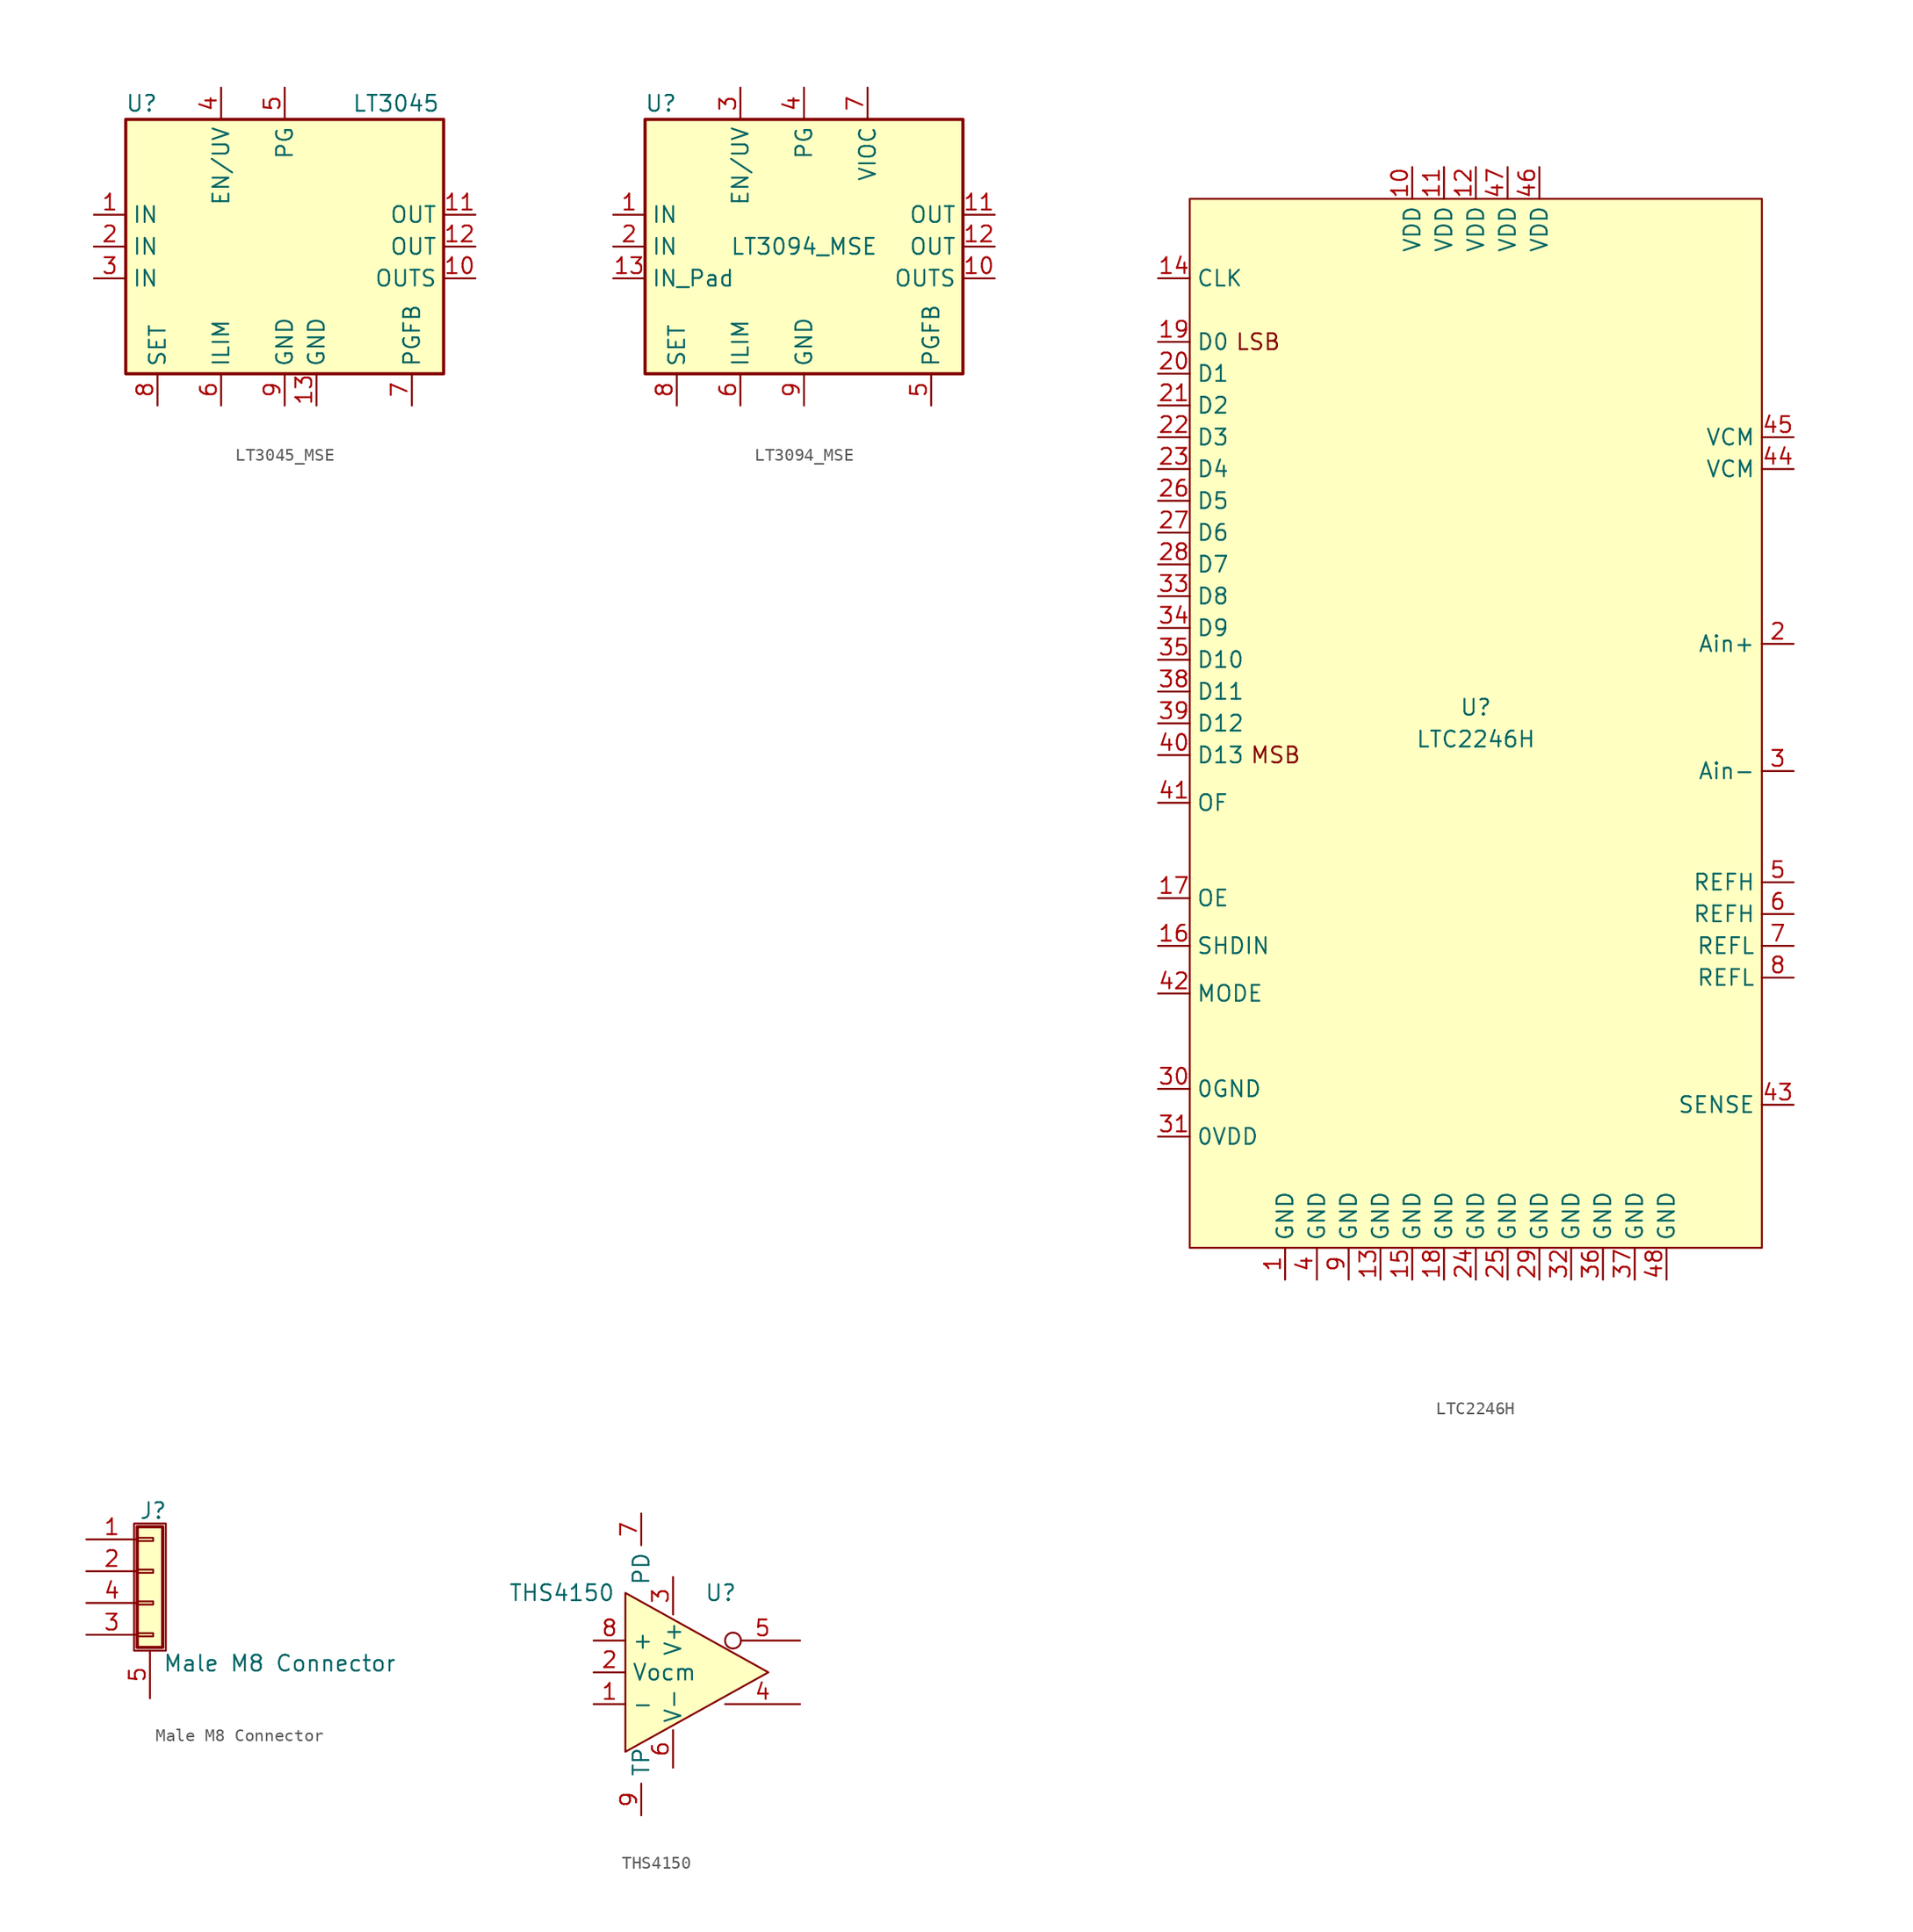
<source format=kicad_sym>
(kicad_symbol_lib
  (version 20231120)
  (generator "kicad_symbol_editor")
  (generator_version "8.0")
  (symbol "LT3045_MSE"
    (property "Reference" "U"
      (at -11.43 11.43 0)
      (effects (font (size 1.27 1.27))))
    (property "Value" "LT3045"
      (at 8.89 11.43 0)
      (effects (font (size 1.27 1.27))))
    (symbol "LT3045_MSE_0_1"
      (rectangle (start -12.7 10.16) (end 12.7 -10.16) (stroke (width 0.254) (type default)) (fill (type background))))
    (symbol "LT3045_MSE_1_1"
      (pin power_in line (at -15.24 2.54 0) (length 2.54) (name "IN" (effects (font (size 1.27 1.27)))) (number "1" (effects (font (size 1.27 1.27)))))
      (pin input line (at 15.24 -2.54 180) (length 2.54) (name "OUTS" (effects (font (size 1.27 1.27)))) (number "10" (effects (font (size 1.27 1.27)))))
      (pin power_out line (at 15.24 2.54 180) (length 2.54) (name "OUT" (effects (font (size 1.27 1.27)))) (number "11" (effects (font (size 1.27 1.27)))))
      (pin power_out line (at 15.24 0 180) (length 2.54) (name "OUT" (effects (font (size 1.27 1.27)))) (number "12" (effects (font (size 1.27 1.27)))))
      (pin power_in line (at 2.54 -12.7 90) (length 2.54) (name "GND" (effects (font (size 1.27 1.27)))) (number "13" (effects (font (size 1.27 1.27)))))
      (pin power_in line (at -15.24 0 0) (length 2.54) (name "IN" (effects (font (size 1.27 1.27)))) (number "2" (effects (font (size 1.27 1.27)))))
      (pin power_in line (at -15.24 -2.54 0) (length 2.54) (name "IN" (effects (font (size 1.27 1.27)))) (number "3" (effects (font (size 1.27 1.27)))))
      (pin input line (at -5.08 12.7 270) (length 2.54) (name "EN/UV" (effects (font (size 1.27 1.27)))) (number "4" (effects (font (size 1.27 1.27)))))
      (pin open_collector line (at 0 12.7 270) (length 2.54) (name "PG" (effects (font (size 1.27 1.27)))) (number "5" (effects (font (size 1.27 1.27)))))
      (pin passive line (at -5.08 -12.7 90) (length 2.54) (name "ILIM" (effects (font (size 1.27 1.27)))) (number "6" (effects (font (size 1.27 1.27)))))
      (pin input line (at 10.16 -12.7 90) (length 2.54) (name "PGFB" (effects (font (size 1.27 1.27)))) (number "7" (effects (font (size 1.27 1.27)))))
      (pin passive line (at -10.16 -12.7 90) (length 2.54) (name "SET" (effects (font (size 1.27 1.27)))) (number "8" (effects (font (size 1.27 1.27)))))
      (pin power_in line (at 0 -12.7 90) (length 2.54) (name "GND" (effects (font (size 1.27 1.27)))) (number "9" (effects (font (size 1.27 1.27)))))))
  (symbol "LT3094_MSE"
    (property "Reference" "U"
      (at -11.43 11.43 0)
      (effects (font (size 1.27 1.27))))
    (property "Value" "LT3094_MSE"
      (at 0 0 0)
      (effects (font (size 1.27 1.27))))
    (symbol "LT3094_MSE_0_1"
      (rectangle (start -12.7 10.16) (end 12.7 -10.16) (stroke (width 0.254) (type default)) (fill (type background))))
    (symbol "LT3094_MSE_1_1"
      (pin power_in line (at -15.24 2.54 0) (length 2.54) (name "IN" (effects (font (size 1.27 1.27)))) (number "1" (effects (font (size 1.27 1.27)))))
      (pin input line (at 15.24 -2.54 180) (length 2.54) (name "OUTS" (effects (font (size 1.27 1.27)))) (number "10" (effects (font (size 1.27 1.27)))))
      (pin power_out line (at 15.24 2.54 180) (length 2.54) (name "OUT" (effects (font (size 1.27 1.27)))) (number "11" (effects (font (size 1.27 1.27)))))
      (pin power_out line (at 15.24 0 180) (length 2.54) (name "OUT" (effects (font (size 1.27 1.27)))) (number "12" (effects (font (size 1.27 1.27)))))
      (pin power_in line (at -15.24 -2.54 0) (length 2.54) (name "IN_Pad" (effects (font (size 1.27 1.27)))) (number "13" (effects (font (size 1.27 1.27)))))
      (pin power_in line (at -15.24 0 0) (length 2.54) (name "IN" (effects (font (size 1.27 1.27)))) (number "2" (effects (font (size 1.27 1.27)))))
      (pin input line (at -5.08 12.7 270) (length 2.54) (name "EN/UV" (effects (font (size 1.27 1.27)))) (number "3" (effects (font (size 1.27 1.27)))))
      (pin open_collector line (at 0 12.7 270) (length 2.54) (name "PG" (effects (font (size 1.27 1.27)))) (number "4" (effects (font (size 1.27 1.27)))))
      (pin input line (at 10.16 -12.7 90) (length 2.54) (name "PGFB" (effects (font (size 1.27 1.27)))) (number "5" (effects (font (size 1.27 1.27)))))
      (pin passive line (at -5.08 -12.7 90) (length 2.54) (name "ILIM" (effects (font (size 1.27 1.27)))) (number "6" (effects (font (size 1.27 1.27)))))
      (pin output line (at 5.08 12.7 270) (length 2.54) (name "VIOC" (effects (font (size 1.27 1.27)))) (number "7" (effects (font (size 1.27 1.27)))))
      (pin passive line (at -10.16 -12.7 90) (length 2.54) (name "SET" (effects (font (size 1.27 1.27)))) (number "8" (effects (font (size 1.27 1.27)))))
      (pin power_in line (at 0 -12.7 90) (length 2.54) (name "GND" (effects (font (size 1.27 1.27)))) (number "9" (effects (font (size 1.27 1.27)))))))
  (symbol "LTC2246H"
    (property "Reference" "U"
      (at 0 0 0)
      (effects (font (size 1.27 1.27))))
    (property "Value" "LTC2246H"
      (at 0 -2.54 0)
      (effects (font (size 1.27 1.27))))
    (symbol "LTC2246H_0_0"
      (pin power_in line (at -15.24 -45.72 90) (length 2.54) (name "GND" (effects (font (size 1.27 1.27)))) (number "1" (effects (font (size 1.27 1.27)))))
      (pin power_in line (at -5.08 43.18 270) (length 2.54) (name "VDD" (effects (font (size 1.27 1.27)))) (number "10" (effects (font (size 1.27 1.27)))))
      (pin power_in line (at -2.54 43.18 270) (length 2.54) (name "VDD" (effects (font (size 1.27 1.27)))) (number "11" (effects (font (size 1.27 1.27)))))
      (pin power_in line (at 0 43.18 270) (length 2.54) (name "VDD" (effects (font (size 1.27 1.27)))) (number "12" (effects (font (size 1.27 1.27)))))
      (pin power_in line (at -7.62 -45.72 90) (length 2.54) (name "GND" (effects (font (size 1.27 1.27)))) (number "13" (effects (font (size 1.27 1.27)))))
      (pin input line (at -25.4 34.29 0) (length 2.54) (name "CLK" (effects (font (size 1.27 1.27)))) (number "14" (effects (font (size 1.27 1.27)))))
      (pin power_in line (at -5.08 -45.72 90) (length 2.54) (name "GND" (effects (font (size 1.27 1.27)))) (number "15" (effects (font (size 1.27 1.27)))))
      (pin input line (at -25.4 -19.05 0) (length 2.54) (name "SHDIN" (effects (font (size 1.27 1.27)))) (number "16" (effects (font (size 1.27 1.27)))))
      (pin input line (at -25.4 -15.24 0) (length 2.54) (name "OE" (effects (font (size 1.27 1.27)))) (number "17" (effects (font (size 1.27 1.27)))))
      (pin power_in line (at -2.54 -45.72 90) (length 2.54) (name "GND" (effects (font (size 1.27 1.27)))) (number "18" (effects (font (size 1.27 1.27)))))
      (pin output line (at -25.4 29.21 0) (length 2.54) (name "D0" (effects (font (size 1.27 1.27)))) (number "19" (effects (font (size 1.27 1.27)))))
      (pin input line (at 25.4 5.08 180) (length 2.54) (name "Ain+" (effects (font (size 1.27 1.27)))) (number "2" (effects (font (size 1.27 1.27)))))
      (pin output line (at -25.4 26.67 0) (length 2.54) (name "D1" (effects (font (size 1.27 1.27)))) (number "20" (effects (font (size 1.27 1.27)))))
      (pin output line (at -25.4 24.13 0) (length 2.54) (name "D2" (effects (font (size 1.27 1.27)))) (number "21" (effects (font (size 1.27 1.27)))))
      (pin output line (at -25.4 21.59 0) (length 2.54) (name "D3" (effects (font (size 1.27 1.27)))) (number "22" (effects (font (size 1.27 1.27)))))
      (pin output line (at -25.4 19.05 0) (length 2.54) (name "D4" (effects (font (size 1.27 1.27)))) (number "23" (effects (font (size 1.27 1.27)))))
      (pin power_in line (at 0 -45.72 90) (length 2.54) (name "GND" (effects (font (size 1.27 1.27)))) (number "24" (effects (font (size 1.27 1.27)))))
      (pin power_in line (at 2.54 -45.72 90) (length 2.54) (name "GND" (effects (font (size 1.27 1.27)))) (number "25" (effects (font (size 1.27 1.27)))))
      (pin output line (at -25.4 16.51 0) (length 2.54) (name "D5" (effects (font (size 1.27 1.27)))) (number "26" (effects (font (size 1.27 1.27)))))
      (pin output line (at -25.4 13.97 0) (length 2.54) (name "D6" (effects (font (size 1.27 1.27)))) (number "27" (effects (font (size 1.27 1.27)))))
      (pin output line (at -25.4 11.43 0) (length 2.54) (name "D7" (effects (font (size 1.27 1.27)))) (number "28" (effects (font (size 1.27 1.27)))))
      (pin power_in line (at 5.08 -45.72 90) (length 2.54) (name "GND" (effects (font (size 1.27 1.27)))) (number "29" (effects (font (size 1.27 1.27)))))
      (pin input line (at 25.4 -5.08 180) (length 2.54) (name "Ain-" (effects (font (size 1.27 1.27)))) (number "3" (effects (font (size 1.27 1.27)))))
      (pin power_in line (at -25.4 -30.48 0) (length 2.54) (name "0GND" (effects (font (size 1.27 1.27)))) (number "30" (effects (font (size 1.27 1.27)))))
      (pin passive line (at -25.4 -34.29 0) (length 2.54) (name "0VDD" (effects (font (size 1.27 1.27)))) (number "31" (effects (font (size 1.27 1.27)))))
      (pin power_in line (at 7.62 -45.72 90) (length 2.54) (name "GND" (effects (font (size 1.27 1.27)))) (number "32" (effects (font (size 1.27 1.27)))))
      (pin output line (at -25.4 8.89 0) (length 2.54) (name "D8" (effects (font (size 1.27 1.27)))) (number "33" (effects (font (size 1.27 1.27)))))
      (pin output line (at -25.4 6.35 0) (length 2.54) (name "D9" (effects (font (size 1.27 1.27)))) (number "34" (effects (font (size 1.27 1.27)))))
      (pin output line (at -25.4 3.81 0) (length 2.54) (name "D10" (effects (font (size 1.27 1.27)))) (number "35" (effects (font (size 1.27 1.27)))))
      (pin power_in line (at 10.16 -45.72 90) (length 2.54) (name "GND" (effects (font (size 1.27 1.27)))) (number "36" (effects (font (size 1.27 1.27)))))
      (pin power_in line (at 12.7 -45.72 90) (length 2.54) (name "GND" (effects (font (size 1.27 1.27)))) (number "37" (effects (font (size 1.27 1.27)))))
      (pin output line (at -25.4 1.27 0) (length 2.54) (name "D11" (effects (font (size 1.27 1.27)))) (number "38" (effects (font (size 1.27 1.27)))))
      (pin output line (at -25.4 -1.27 0) (length 2.54) (name "D12" (effects (font (size 1.27 1.27)))) (number "39" (effects (font (size 1.27 1.27)))))
      (pin power_in line (at -12.7 -45.72 90) (length 2.54) (name "GND" (effects (font (size 1.27 1.27)))) (number "4" (effects (font (size 1.27 1.27)))))
      (pin output line (at -25.4 -3.81 0) (length 2.54) (name "D13" (effects (font (size 1.27 1.27)))) (number "40" (effects (font (size 1.27 1.27)))))
      (pin output line (at -25.4 -7.62 0) (length 2.54) (name "OF" (effects (font (size 1.27 1.27)))) (number "41" (effects (font (size 1.27 1.27)))))
      (pin input line (at -25.4 -22.86 0) (length 2.54) (name "MODE" (effects (font (size 1.27 1.27)))) (number "42" (effects (font (size 1.27 1.27)))))
      (pin input line (at 25.4 -31.75 180) (length 2.54) (name "SENSE" (effects (font (size 1.27 1.27)))) (number "43" (effects (font (size 1.27 1.27)))))
      (pin output line (at 25.4 19.05 180) (length 2.54) (name "VCM" (effects (font (size 1.27 1.27)))) (number "44" (effects (font (size 1.27 1.27)))))
      (pin output line (at 25.4 21.59 180) (length 2.54) (name "VCM" (effects (font (size 1.27 1.27)))) (number "45" (effects (font (size 1.27 1.27)))))
      (pin power_in line (at 5.08 43.18 270) (length 2.54) (name "VDD" (effects (font (size 1.27 1.27)))) (number "46" (effects (font (size 1.27 1.27)))))
      (pin power_in line (at 2.54 43.18 270) (length 2.54) (name "VDD" (effects (font (size 1.27 1.27)))) (number "47" (effects (font (size 1.27 1.27)))))
      (pin power_in line (at 15.24 -45.72 90) (length 2.54) (name "GND" (effects (font (size 1.27 1.27)))) (number "48" (effects (font (size 1.27 1.27)))))
      (pin passive line (at 25.4 -13.97 180) (length 2.54) (name "REFH" (effects (font (size 1.27 1.27)))) (number "5" (effects (font (size 1.27 1.27)))))
      (pin passive line (at 25.4 -16.51 180) (length 2.54) (name "REFH" (effects (font (size 1.27 1.27)))) (number "6" (effects (font (size 1.27 1.27)))))
      (pin passive line (at 25.4 -19.05 180) (length 2.54) (name "REFL" (effects (font (size 1.27 1.27)))) (number "7" (effects (font (size 1.27 1.27)))))
      (pin passive line (at 25.4 -21.59 180) (length 2.54) (name "REFL" (effects (font (size 1.27 1.27)))) (number "8" (effects (font (size 1.27 1.27)))))
      (pin power_in line (at -10.16 -45.72 90) (length 2.54) (name "GND" (effects (font (size 1.27 1.27)))) (number "9" (effects (font (size 1.27 1.27))))))
    (symbol "LTC2246H_1_1"
      (rectangle (start -22.86 40.64) (end 22.86 -43.18) (stroke (width 0) (type default)) (fill (type background)))
      (text "LSB" (at -17.399 29.21 0) (effects (font (size 1.27 1.27))))
      (text "MSB" (at -16.002 -3.81 0) (effects (font (size 1.27 1.27))))))
  (symbol "Male M8 Connector"
    (pin_names
      (offset 1.016) hide)
    (property "Reference" "J"
      (at 0.254 4.826 0)
      (effects (font (size 1.27 1.27))))
    (property "Value" "Male M8 Connector"
      (at 1.016 -7.366 0)
      (effects (font (size 1.27 1.27)) (justify left)))
    (symbol "Male M8 Connector_1_1"
      (rectangle (start -1.27 3.81) (end 1.27 -6.35) (stroke (width 0.152) (type default)) (fill (type none)))
      (rectangle (start -1.016 -4.953) (end 0.254 -5.207) (stroke (width 0.152) (type default)) (fill (type none)))
      (rectangle (start -1.016 -2.413) (end 0.254 -2.667) (stroke (width 0.152) (type default)) (fill (type none)))
      (rectangle (start -1.016 0.127) (end 0.254 -0.127) (stroke (width 0.152) (type default)) (fill (type none)))
      (rectangle (start -1.016 2.667) (end 0.254 2.413) (stroke (width 0.152) (type default)) (fill (type none)))
      (rectangle (start -1.016 3.556) (end 1.016 -6.096) (stroke (width 0.254) (type default)) (fill (type background)))
      (pin passive line (at -5.08 2.54 0) (length 4.064) (name "Pin_1" (effects (font (size 1.27 1.27)))) (number "1" (effects (font (size 1.27 1.27)))))
      (pin passive line (at -5.08 0 0) (length 4.064) (name "Pin_2" (effects (font (size 1.27 1.27)))) (number "2" (effects (font (size 1.27 1.27)))))
      (pin passive line (at -5.08 -5.08 0) (length 4.064) (name "Pin_3" (effects (font (size 1.27 1.27)))) (number "3" (effects (font (size 1.27 1.27)))))
      (pin passive line (at -5.08 -2.54 0) (length 4.064) (name "Pin_4" (effects (font (size 1.27 1.27)))) (number "4" (effects (font (size 1.27 1.27)))))
      (pin passive line (at 0 -10.16 90) (length 3.81) (name "Shield" (effects (font (size 1.27 1.27)))) (number "5" (effects (font (size 1.27 1.27)))))))
  (symbol "THS4150"
    (property "Reference" "U"
      (at 5.08 6.35 0)
      (effects (font (size 1.27 1.27))))
    (property "Value" "THS4150"
      (at -7.62 6.35 0)
      (effects (font (size 1.27 1.27))))
    (symbol "THS4150_1_0"
      (pin input line (at -5.08 -2.54 0) (length 2.54) (name "-" (effects (font (size 1.27 1.27)))) (number "1" (effects (font (size 1.27 1.27)))))
      (pin input line (at -5.08 0 0) (length 2.54) (name "Vocm" (effects (font (size 1.27 1.27)))) (number "2" (effects (font (size 1.27 1.27)))))
      (pin power_in line (at 1.27 7.62 270) (length 3) (name "V+" (effects (font (size 1.27 1.27)))) (number "3" (effects (font (size 1.27 1.27)))))
      (pin output line (at 11.43 -2.54 180) (length 6) (name "Vout+" (effects (font (size 0 0)))) (number "4" (effects (font (size 1.27 1.27)))))
      (pin output inverted (at 11.43 2.54 180) (length 6) (name "Vout-" (effects (font (size 0 0)))) (number "5" (effects (font (size 1.27 1.27)))))
      (pin power_in line (at 1.27 -7.62 90) (length 3) (name "V-" (effects (font (size 1.27 1.27)))) (number "6" (effects (font (size 1.27 1.27)))))
      (pin input line (at -1.27 12.7 270) (length 2.54) (name "PD" (effects (font (size 1.27 1.27)))) (number "7" (effects (font (size 1.27 1.27)))))
      (pin input line (at -5.08 2.54 0) (length 2.54) (name "+" (effects (font (size 1.27 1.27)))) (number "8" (effects (font (size 1.27 1.27)))))
      (pin power_in line (at -1.27 -11.43 90) (length 2.54) (name "TP" (effects (font (size 1.27 1.27)))) (number "9" (effects (font (size 1.27 1.27))))))
    (symbol "THS4150_1_1"
      (polyline (pts (xy -2.54 6.35) (xy -2.54 -6.35) (xy 8.89 0) (xy -2.54 6.35)) (stroke (width 0) (type default)) (fill (type background))))))
</source>
